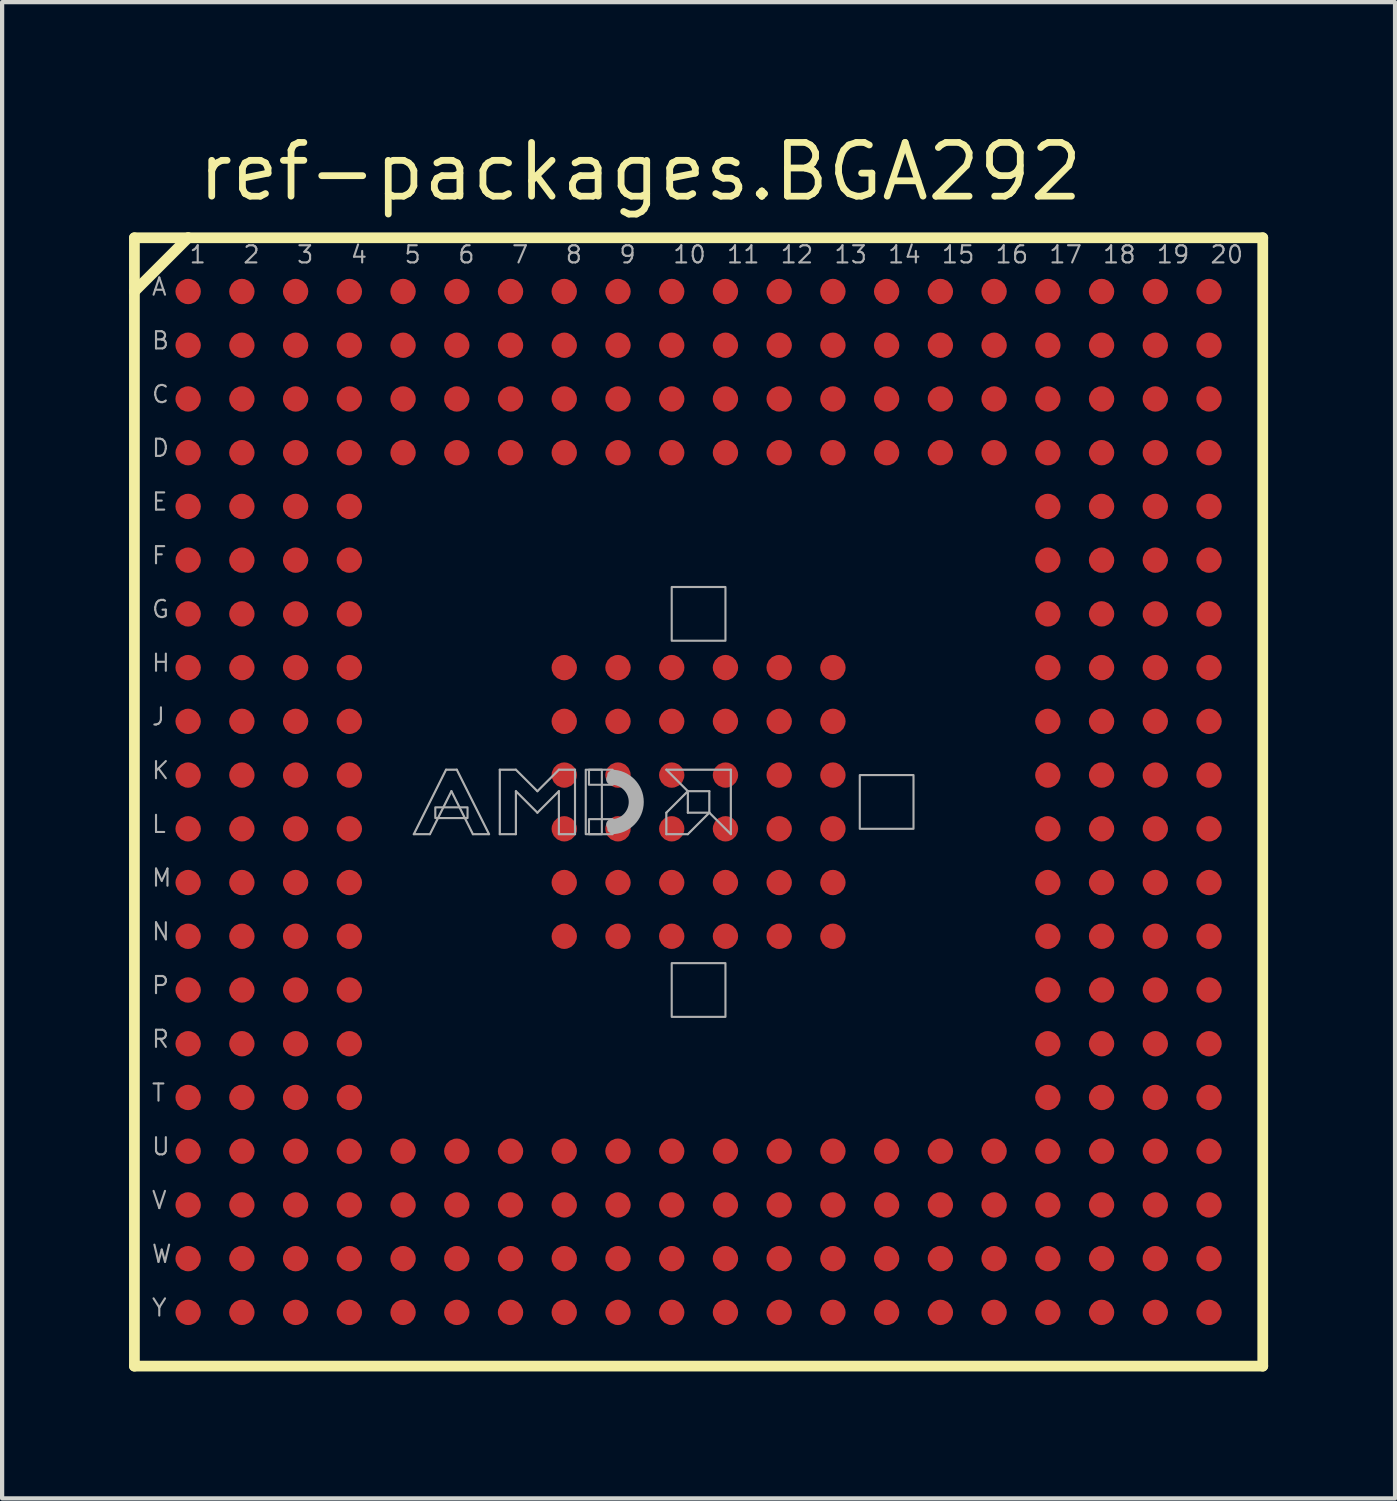
<source format=kicad_pcb>
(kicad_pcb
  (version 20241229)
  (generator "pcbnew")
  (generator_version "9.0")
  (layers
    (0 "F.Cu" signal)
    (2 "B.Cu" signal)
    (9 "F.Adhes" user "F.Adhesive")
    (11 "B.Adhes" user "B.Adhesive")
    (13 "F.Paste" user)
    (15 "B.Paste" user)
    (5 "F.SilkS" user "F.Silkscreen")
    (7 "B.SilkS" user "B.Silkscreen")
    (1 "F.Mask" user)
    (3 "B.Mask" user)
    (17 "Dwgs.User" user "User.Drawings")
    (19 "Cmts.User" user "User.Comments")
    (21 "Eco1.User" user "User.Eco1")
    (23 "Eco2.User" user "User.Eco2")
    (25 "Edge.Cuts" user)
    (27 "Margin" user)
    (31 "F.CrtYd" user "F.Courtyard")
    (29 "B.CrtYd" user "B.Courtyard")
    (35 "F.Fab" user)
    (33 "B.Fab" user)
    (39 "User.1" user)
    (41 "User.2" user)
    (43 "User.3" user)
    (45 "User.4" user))
  (footprint "ref-packages.BGA292"
    (layer "F.Cu")
    (at 13.462 15.905)
    (property "Reference" "ref-packages.BGA292" (at -11.915 -14.155 0) (layer "F.SilkS") (effects (font (size 1.27 1.27) (thickness 0.16)) (justify left bottom)))
    (attr smd)
    (fp_line (start -13.335 -13.335) (end -12.065 -13.335) (stroke (width 0.254) (type default)) (layer "F.SilkS"))
    (fp_line (start -13.335 -12.065) (end -13.335 -13.335) (stroke (width 0.254) (type default)) (layer "F.SilkS"))
    (fp_line (start -13.335 13.335) (end -13.335 -12.065) (stroke (width 0.254) (type default)) (layer "F.SilkS"))
    (fp_line (start -12.065 -13.335) (end -13.335 -12.065) (stroke (width 0.254) (type default)) (layer "F.SilkS"))
    (fp_line (start -12.065 -13.335) (end 13.335 -13.335) (stroke (width 0.254) (type default)) (layer "F.SilkS"))
    (fp_line (start 13.335 -13.335) (end 13.335 13.335) (stroke (width 0.254) (type default)) (layer "F.SilkS"))
    (fp_line (start 13.335 13.335) (end -13.335 13.335) (stroke (width 0.254) (type default)) (layer "F.SilkS"))
    (fp_line (start -6.731 0.762) (end -5.969 -0.762) (stroke (width 0.051) (type default)) (layer "F.Fab"))
    (fp_line (start -6.35 0.762) (end -6.731 0.762) (stroke (width 0.051) (type default)) (layer "F.Fab"))
    (fp_line (start -5.969 -0.762) (end -5.715 -0.762) (stroke (width 0.051) (type default)) (layer "F.Fab"))
    (fp_line (start -5.842 -0.254) (end -6.35 0.762) (stroke (width 0.051) (type default)) (layer "F.Fab"))
    (fp_line (start -5.715 -0.762) (end -4.953 0.762) (stroke (width 0.051) (type default)) (layer "F.Fab"))
    (fp_line (start -5.334 0.762) (end -5.842 -0.254) (stroke (width 0.051) (type default)) (layer "F.Fab"))
    (fp_line (start -4.953 0.762) (end -5.334 0.762) (stroke (width 0.051) (type default)) (layer "F.Fab"))
    (fp_line (start -4.699 -0.762) (end -4.318 -0.762) (stroke (width 0.051) (type default)) (layer "F.Fab"))
    (fp_line (start -4.699 0.762) (end -4.699 -0.762) (stroke (width 0.051) (type default)) (layer "F.Fab"))
    (fp_line (start -4.318 -0.762) (end -3.81 -0.254) (stroke (width 0.051) (type default)) (layer "F.Fab"))
    (fp_line (start -4.318 -0.254) (end -4.318 0.762) (stroke (width 0.051) (type default)) (layer "F.Fab"))
    (fp_line (start -4.318 0.762) (end -4.699 0.762) (stroke (width 0.051) (type default)) (layer "F.Fab"))
    (fp_line (start -3.81 -0.254) (end -3.302 -0.762) (stroke (width 0.051) (type default)) (layer "F.Fab"))
    (fp_line (start -3.81 0.254) (end -4.318 -0.254) (stroke (width 0.051) (type default)) (layer "F.Fab"))
    (fp_line (start -3.302 -0.762) (end -2.921 -0.762) (stroke (width 0.051) (type default)) (layer "F.Fab"))
    (fp_line (start -3.302 -0.254) (end -3.81 0.254) (stroke (width 0.051) (type default)) (layer "F.Fab"))
    (fp_line (start -3.302 0.762) (end -3.302 -0.254) (stroke (width 0.051) (type default)) (layer "F.Fab"))
    (fp_line (start -2.921 -0.762) (end -2.921 0.762) (stroke (width 0.051) (type default)) (layer "F.Fab"))
    (fp_line (start -2.921 0.762) (end -3.302 0.762) (stroke (width 0.051) (type default)) (layer "F.Fab"))
    (fp_line (start -0.762 -0.762) (end 0.762 -0.762) (stroke (width 0.051) (type default)) (layer "F.Fab"))
    (fp_line (start -0.762 0.254) (end -0.762 0.762) (stroke (width 0.051) (type default)) (layer "F.Fab"))
    (fp_line (start -0.762 0.762) (end -0.254 0.762) (stroke (width 0.051) (type default)) (layer "F.Fab"))
    (fp_line (start -0.254 -0.254) (end -0.762 -0.762) (stroke (width 0.051) (type default)) (layer "F.Fab"))
    (fp_line (start -0.254 -0.254) (end -0.762 0.254) (stroke (width 0.051) (type default)) (layer "F.Fab"))
    (fp_line (start -0.254 0.254) (end -0.254 -0.254) (stroke (width 0.051) (type default)) (layer "F.Fab"))
    (fp_line (start -0.254 0.762) (end 0.254 0.254) (stroke (width 0.051) (type default)) (layer "F.Fab"))
    (fp_line (start 0.254 -0.254) (end -0.254 -0.254) (stroke (width 0.051) (type default)) (layer "F.Fab"))
    (fp_line (start 0.254 0.254) (end -0.254 0.254) (stroke (width 0.051) (type default)) (layer "F.Fab"))
    (fp_line (start 0.254 0.254) (end 0.254 -0.254) (stroke (width 0.051) (type default)) (layer "F.Fab"))
    (fp_line (start 0.762 -0.762) (end 0.762 0.762) (stroke (width 0.051) (type default)) (layer "F.Fab"))
    (fp_line (start 0.762 0.762) (end 0.254 0.254) (stroke (width 0.051) (type default)) (layer "F.Fab"))
    (fp_rect (start -6.223 0.381) (end -5.461 0.127) (stroke (width 0.05) (type default)) (fill no) (layer "F.Fab"))
    (fp_rect (start -2.667 0.762) (end -2.286 -0.762) (stroke (width 0.05) (type default)) (fill no) (layer "F.Fab"))
    (fp_rect (start -2.591 -0.406) (end -2.032 -0.762) (stroke (width 0.05) (type default)) (fill no) (layer "F.Fab"))
    (fp_rect (start -2.591 0.762) (end -2.032 0.406) (stroke (width 0.05) (type default)) (fill no) (layer "F.Fab"))
    (fp_rect (start -0.635 -3.81) (end 0.635 -5.08) (stroke (width 0.05) (type default)) (fill no) (layer "F.Fab"))
    (fp_rect (start -0.635 5.08) (end 0.635 3.81) (stroke (width 0.05) (type default)) (fill no) (layer "F.Fab"))
    (fp_rect (start 3.81 0.635) (end 5.08 -0.635) (stroke (width 0.05) (type default)) (fill no) (layer "F.Fab"))
    (fp_arc (start -2.0574 -0.7366) (mid -1.3208 0) (end -2.0574 0.7366) (stroke (width 0.0508) (type default)) (layer "F.Fab"))
    (fp_arc (start -2.0574 -0.635) (mid -1.4224 0) (end -2.0574 0.635) (stroke (width 0.2032) (type default)) (layer "F.Fab"))
    (fp_arc (start -2.0574 -0.5334) (mid -1.524 0) (end -2.0574 0.5334) (stroke (width 0.254) (type default)) (layer "F.Fab"))
    (fp_poly (pts (xy -0.762 -0.762) (xy 0.762 -0.762) (xy 0.762 0.762) (xy 0.254 0.254) (xy 0.254 -0.254) (xy -0.254 -0.254)) (stroke (width 0.025) (type default)) (fill no) (layer "F.Fab"))
    (fp_poly (pts (xy -0.254 -0.254) (xy -0.762 0.254) (xy -0.762 0.762) (xy -0.254 0.762) (xy 0.254 0.254) (xy -0.254 0.254)) (stroke (width 0.025) (type default)) (fill no) (layer "F.Fab"))
    (fp_poly (pts (xy -6.731 0.762) (xy -5.969 -0.762) (xy -5.715 -0.762) (xy -4.953 0.762) (xy -5.334 0.762) (xy -5.842 -0.254) (xy -6.35 0.762)) (stroke (width 0.025) (type default)) (fill no) (layer "F.Fab"))
    (fp_poly (pts (xy -4.699 0.762) (xy -4.699 -0.762) (xy -4.318 -0.762) (xy -3.81 -0.254) (xy -3.302 -0.762) (xy -2.921 -0.762) (xy -2.921 0.762) (xy -3.302 0.762) (xy -3.302 -0.254) (xy -3.81 0.254) (xy -4.318 -0.254) (xy -4.318 0.762)) (stroke (width 0.025) (type default)) (fill no) (layer "F.Fab"))
    (fp_text user "W" (at -12.954 10.922 0) (layer "F.Fab") (effects (font (size 0.406 0.406) (thickness 0.05)) (justify left bottom)))
    (fp_text user "M" (at -12.954 2.032 0) (layer "F.Fab") (effects (font (size 0.406 0.406) (thickness 0.05)) (justify left bottom)))
    (fp_text user "1" (at -12.065 -12.7 0) (layer "F.Fab") (effects (font (size 0.406 0.406) (thickness 0.05)) (justify left bottom)))
    (fp_text user "12" (at 1.905 -12.7 0) (layer "F.Fab") (effects (font (size 0.406 0.406) (thickness 0.05)) (justify left bottom)))
    (fp_text user "15" (at 5.715 -12.7 0) (layer "F.Fab") (effects (font (size 0.406 0.406) (thickness 0.05)) (justify left bottom)))
    (fp_text user "14" (at 4.445 -12.7 0) (layer "F.Fab") (effects (font (size 0.406 0.406) (thickness 0.05)) (justify left bottom)))
    (fp_text user "2" (at -10.795 -12.7 0) (layer "F.Fab") (effects (font (size 0.406 0.406) (thickness 0.05)) (justify left bottom)))
    (fp_text user "T" (at -12.954 7.112 0) (layer "F.Fab") (effects (font (size 0.406 0.406) (thickness 0.05)) (justify left bottom)))
    (fp_text user "N" (at -12.954 3.302 0) (layer "F.Fab") (effects (font (size 0.406 0.406) (thickness 0.05)) (justify left bottom)))
    (fp_text user "J" (at -12.954 -1.778 0) (layer "F.Fab") (effects (font (size 0.406 0.406) (thickness 0.05)) (justify left bottom)))
    (fp_text user "P" (at -12.954 4.572 0) (layer "F.Fab") (effects (font (size 0.406 0.406) (thickness 0.05)) (justify left bottom)))
    (fp_text user "L" (at -12.954 0.762 0) (layer "F.Fab") (effects (font (size 0.406 0.406) (thickness 0.05)) (justify left bottom)))
    (fp_text user "H" (at -12.954 -3.048 0) (layer "F.Fab") (effects (font (size 0.406 0.406) (thickness 0.05)) (justify left bottom)))
    (fp_text user "17" (at 8.255 -12.7 0) (layer "F.Fab") (effects (font (size 0.406 0.406) (thickness 0.05)) (justify left bottom)))
    (fp_text user "20" (at 12.065 -12.7 0) (layer "F.Fab") (effects (font (size 0.406 0.406) (thickness 0.05)) (justify left bottom)))
    (fp_text user "C" (at -12.954 -9.398 0) (layer "F.Fab") (effects (font (size 0.406 0.406) (thickness 0.05)) (justify left bottom)))
    (fp_text user "19" (at 10.795 -12.7 0) (layer "F.Fab") (effects (font (size 0.406 0.406) (thickness 0.05)) (justify left bottom)))
    (fp_text user "4" (at -8.255 -12.7 0) (layer "F.Fab") (effects (font (size 0.406 0.406) (thickness 0.05)) (justify left bottom)))
    (fp_text user "K" (at -12.954 -0.508 0) (layer "F.Fab") (effects (font (size 0.406 0.406) (thickness 0.05)) (justify left bottom)))
    (fp_text user "V" (at -12.954 9.652 0) (layer "F.Fab") (effects (font (size 0.406 0.406) (thickness 0.05)) (justify left bottom)))
    (fp_text user "E" (at -12.954 -6.858 0) (layer "F.Fab") (effects (font (size 0.406 0.406) (thickness 0.05)) (justify left bottom)))
    (fp_text user "B" (at -12.954 -10.668 0) (layer "F.Fab") (effects (font (size 0.406 0.406) (thickness 0.05)) (justify left bottom)))
    (fp_text user "Y" (at -12.954 12.192 0) (layer "F.Fab") (effects (font (size 0.406 0.406) (thickness 0.05)) (justify left bottom)))
    (fp_text user "9" (at -1.905 -12.7 0) (layer "F.Fab") (effects (font (size 0.406 0.406) (thickness 0.05)) (justify left bottom)))
    (fp_text user "G" (at -12.954 -4.318 0) (layer "F.Fab") (effects (font (size 0.406 0.406) (thickness 0.05)) (justify left bottom)))
    (fp_text user "18" (at 9.525 -12.7 0) (layer "F.Fab") (effects (font (size 0.406 0.406) (thickness 0.05)) (justify left bottom)))
    (fp_text user "6" (at -5.715 -12.7 0) (layer "F.Fab") (effects (font (size 0.406 0.406) (thickness 0.05)) (justify left bottom)))
    (fp_text user "5" (at -6.985 -12.7 0) (layer "F.Fab") (effects (font (size 0.406 0.406) (thickness 0.05)) (justify left bottom)))
    (fp_text user "10" (at -0.635 -12.7 0) (layer "F.Fab") (effects (font (size 0.406 0.406) (thickness 0.05)) (justify left bottom)))
    (fp_text user "16" (at 6.985 -12.7 0) (layer "F.Fab") (effects (font (size 0.406 0.406) (thickness 0.05)) (justify left bottom)))
    (fp_text user "D" (at -12.954 -8.128 0) (layer "F.Fab") (effects (font (size 0.406 0.406) (thickness 0.05)) (justify left bottom)))
    (fp_text user "R" (at -12.954 5.842 0) (layer "F.Fab") (effects (font (size 0.406 0.406) (thickness 0.05)) (justify left bottom)))
    (fp_text user "F" (at -12.954 -5.588 0) (layer "F.Fab") (effects (font (size 0.406 0.406) (thickness 0.05)) (justify left bottom)))
    (fp_text user "11" (at 0.635 -12.7 0) (layer "F.Fab") (effects (font (size 0.406 0.406) (thickness 0.05)) (justify left bottom)))
    (fp_text user "A" (at -12.954 -11.938 0) (layer "F.Fab") (effects (font (size 0.406 0.406) (thickness 0.05)) (justify left bottom)))
    (fp_text user "U" (at -12.954 8.382 0) (layer "F.Fab") (effects (font (size 0.406 0.406) (thickness 0.05)) (justify left bottom)))
    (fp_text user "13" (at 3.175 -12.7 0) (layer "F.Fab") (effects (font (size 0.406 0.406) (thickness 0.05)) (justify left bottom)))
    (fp_text user "3" (at -9.525 -12.7 0) (layer "F.Fab") (effects (font (size 0.406 0.406) (thickness 0.05)) (justify left bottom)))
    (fp_text user "7" (at -4.445 -12.7 0) (layer "F.Fab") (effects (font (size 0.406 0.406) (thickness 0.05)) (justify left bottom)))
    (fp_text user "8" (at -3.175 -12.7 0) (layer "F.Fab") (effects (font (size 0.406 0.406) (thickness 0.05)) (justify left bottom)))
    (pad "A01" smd roundrect (at -12.065 -12.065) (size 0.6 0.6) (layers "F.Cu" "F.Mask" "F.Paste") (roundrect_rratio 0.5))
    (pad "A02" smd roundrect (at -10.795 -12.065) (size 0.6 0.6) (layers "F.Cu" "F.Mask" "F.Paste") (roundrect_rratio 0.5))
    (pad "A03" smd roundrect (at -9.525 -12.065) (size 0.6 0.6) (layers "F.Cu" "F.Mask" "F.Paste") (roundrect_rratio 0.5))
    (pad "A04" smd roundrect (at -8.255 -12.065) (size 0.6 0.6) (layers "F.Cu" "F.Mask" "F.Paste") (roundrect_rratio 0.5))
    (pad "A05" smd roundrect (at -6.985 -12.065) (size 0.6 0.6) (layers "F.Cu" "F.Mask" "F.Paste") (roundrect_rratio 0.5))
    (pad "A06" smd roundrect (at -5.715 -12.065) (size 0.6 0.6) (layers "F.Cu" "F.Mask" "F.Paste") (roundrect_rratio 0.5))
    (pad "A07" smd roundrect (at -4.445 -12.065) (size 0.6 0.6) (layers "F.Cu" "F.Mask" "F.Paste") (roundrect_rratio 0.5))
    (pad "A08" smd roundrect (at -3.175 -12.065) (size 0.6 0.6) (layers "F.Cu" "F.Mask" "F.Paste") (roundrect_rratio 0.5))
    (pad "A09" smd roundrect (at -1.905 -12.065) (size 0.6 0.6) (layers "F.Cu" "F.Mask" "F.Paste") (roundrect_rratio 0.5))
    (pad "A10" smd roundrect (at -0.635 -12.065) (size 0.6 0.6) (layers "F.Cu" "F.Mask" "F.Paste") (roundrect_rratio 0.5))
    (pad "A11" smd roundrect (at 0.635 -12.065) (size 0.6 0.6) (layers "F.Cu" "F.Mask" "F.Paste") (roundrect_rratio 0.5))
    (pad "A12" smd roundrect (at 1.905 -12.065) (size 0.6 0.6) (layers "F.Cu" "F.Mask" "F.Paste") (roundrect_rratio 0.5))
    (pad "A13" smd roundrect (at 3.175 -12.065) (size 0.6 0.6) (layers "F.Cu" "F.Mask" "F.Paste") (roundrect_rratio 0.5))
    (pad "A14" smd roundrect (at 4.445 -12.065) (size 0.6 0.6) (layers "F.Cu" "F.Mask" "F.Paste") (roundrect_rratio 0.5))
    (pad "A15" smd roundrect (at 5.715 -12.065) (size 0.6 0.6) (layers "F.Cu" "F.Mask" "F.Paste") (roundrect_rratio 0.5))
    (pad "A16" smd roundrect (at 6.985 -12.065) (size 0.6 0.6) (layers "F.Cu" "F.Mask" "F.Paste") (roundrect_rratio 0.5))
    (pad "A17" smd roundrect (at 8.255 -12.065) (size 0.6 0.6) (layers "F.Cu" "F.Mask" "F.Paste") (roundrect_rratio 0.5))
    (pad "A18" smd roundrect (at 9.525 -12.065) (size 0.6 0.6) (layers "F.Cu" "F.Mask" "F.Paste") (roundrect_rratio 0.5))
    (pad "A19" smd roundrect (at 10.795 -12.065) (size 0.6 0.6) (layers "F.Cu" "F.Mask" "F.Paste") (roundrect_rratio 0.5))
    (pad "A20" smd roundrect (at 12.065 -12.065) (size 0.6 0.6) (layers "F.Cu" "F.Mask" "F.Paste") (roundrect_rratio 0.5))
    (pad "B01" smd roundrect (at -12.065 -10.795) (size 0.6 0.6) (layers "F.Cu" "F.Mask" "F.Paste") (roundrect_rratio 0.5))
    (pad "B02" smd roundrect (at -10.795 -10.795) (size 0.6 0.6) (layers "F.Cu" "F.Mask" "F.Paste") (roundrect_rratio 0.5))
    (pad "B03" smd roundrect (at -9.525 -10.795) (size 0.6 0.6) (layers "F.Cu" "F.Mask" "F.Paste") (roundrect_rratio 0.5))
    (pad "B04" smd roundrect (at -8.255 -10.795) (size 0.6 0.6) (layers "F.Cu" "F.Mask" "F.Paste") (roundrect_rratio 0.5))
    (pad "B05" smd roundrect (at -6.985 -10.795) (size 0.6 0.6) (layers "F.Cu" "F.Mask" "F.Paste") (roundrect_rratio 0.5))
    (pad "B06" smd roundrect (at -5.715 -10.795) (size 0.6 0.6) (layers "F.Cu" "F.Mask" "F.Paste") (roundrect_rratio 0.5))
    (pad "B07" smd roundrect (at -4.445 -10.795) (size 0.6 0.6) (layers "F.Cu" "F.Mask" "F.Paste") (roundrect_rratio 0.5))
    (pad "B08" smd roundrect (at -3.175 -10.795) (size 0.6 0.6) (layers "F.Cu" "F.Mask" "F.Paste") (roundrect_rratio 0.5))
    (pad "B09" smd roundrect (at -1.905 -10.795) (size 0.6 0.6) (layers "F.Cu" "F.Mask" "F.Paste") (roundrect_rratio 0.5))
    (pad "B10" smd roundrect (at -0.635 -10.795) (size 0.6 0.6) (layers "F.Cu" "F.Mask" "F.Paste") (roundrect_rratio 0.5))
    (pad "B11" smd roundrect (at 0.635 -10.795) (size 0.6 0.6) (layers "F.Cu" "F.Mask" "F.Paste") (roundrect_rratio 0.5))
    (pad "B12" smd roundrect (at 1.905 -10.795) (size 0.6 0.6) (layers "F.Cu" "F.Mask" "F.Paste") (roundrect_rratio 0.5))
    (pad "B13" smd roundrect (at 3.175 -10.795) (size 0.6 0.6) (layers "F.Cu" "F.Mask" "F.Paste") (roundrect_rratio 0.5))
    (pad "B14" smd roundrect (at 4.445 -10.795) (size 0.6 0.6) (layers "F.Cu" "F.Mask" "F.Paste") (roundrect_rratio 0.5))
    (pad "B15" smd roundrect (at 5.715 -10.795) (size 0.6 0.6) (layers "F.Cu" "F.Mask" "F.Paste") (roundrect_rratio 0.5))
    (pad "B16" smd roundrect (at 6.985 -10.795) (size 0.6 0.6) (layers "F.Cu" "F.Mask" "F.Paste") (roundrect_rratio 0.5))
    (pad "B17" smd roundrect (at 8.255 -10.795) (size 0.6 0.6) (layers "F.Cu" "F.Mask" "F.Paste") (roundrect_rratio 0.5))
    (pad "B18" smd roundrect (at 9.525 -10.795) (size 0.6 0.6) (layers "F.Cu" "F.Mask" "F.Paste") (roundrect_rratio 0.5))
    (pad "B19" smd roundrect (at 10.795 -10.795) (size 0.6 0.6) (layers "F.Cu" "F.Mask" "F.Paste") (roundrect_rratio 0.5))
    (pad "B20" smd roundrect (at 12.065 -10.795) (size 0.6 0.6) (layers "F.Cu" "F.Mask" "F.Paste") (roundrect_rratio 0.5))
    (pad "C01" smd roundrect (at -12.065 -9.525) (size 0.6 0.6) (layers "F.Cu" "F.Mask" "F.Paste") (roundrect_rratio 0.5))
    (pad "C02" smd roundrect (at -10.795 -9.525) (size 0.6 0.6) (layers "F.Cu" "F.Mask" "F.Paste") (roundrect_rratio 0.5))
    (pad "C03" smd roundrect (at -9.525 -9.525) (size 0.6 0.6) (layers "F.Cu" "F.Mask" "F.Paste") (roundrect_rratio 0.5))
    (pad "C04" smd roundrect (at -8.255 -9.525) (size 0.6 0.6) (layers "F.Cu" "F.Mask" "F.Paste") (roundrect_rratio 0.5))
    (pad "C05" smd roundrect (at -6.985 -9.525) (size 0.6 0.6) (layers "F.Cu" "F.Mask" "F.Paste") (roundrect_rratio 0.5))
    (pad "C06" smd roundrect (at -5.715 -9.525) (size 0.6 0.6) (layers "F.Cu" "F.Mask" "F.Paste") (roundrect_rratio 0.5))
    (pad "C07" smd roundrect (at -4.445 -9.525) (size 0.6 0.6) (layers "F.Cu" "F.Mask" "F.Paste") (roundrect_rratio 0.5))
    (pad "C08" smd roundrect (at -3.175 -9.525) (size 0.6 0.6) (layers "F.Cu" "F.Mask" "F.Paste") (roundrect_rratio 0.5))
    (pad "C09" smd roundrect (at -1.905 -9.525) (size 0.6 0.6) (layers "F.Cu" "F.Mask" "F.Paste") (roundrect_rratio 0.5))
    (pad "C10" smd roundrect (at -0.635 -9.525) (size 0.6 0.6) (layers "F.Cu" "F.Mask" "F.Paste") (roundrect_rratio 0.5))
    (pad "C11" smd roundrect (at 0.635 -9.525) (size 0.6 0.6) (layers "F.Cu" "F.Mask" "F.Paste") (roundrect_rratio 0.5))
    (pad "C12" smd roundrect (at 1.905 -9.525) (size 0.6 0.6) (layers "F.Cu" "F.Mask" "F.Paste") (roundrect_rratio 0.5))
    (pad "C13" smd roundrect (at 3.175 -9.525) (size 0.6 0.6) (layers "F.Cu" "F.Mask" "F.Paste") (roundrect_rratio 0.5))
    (pad "C14" smd roundrect (at 4.445 -9.525) (size 0.6 0.6) (layers "F.Cu" "F.Mask" "F.Paste") (roundrect_rratio 0.5))
    (pad "C15" smd roundrect (at 5.715 -9.525) (size 0.6 0.6) (layers "F.Cu" "F.Mask" "F.Paste") (roundrect_rratio 0.5))
    (pad "C16" smd roundrect (at 6.985 -9.525) (size 0.6 0.6) (layers "F.Cu" "F.Mask" "F.Paste") (roundrect_rratio 0.5))
    (pad "C17" smd roundrect (at 8.255 -9.525) (size 0.6 0.6) (layers "F.Cu" "F.Mask" "F.Paste") (roundrect_rratio 0.5))
    (pad "C18" smd roundrect (at 9.525 -9.525) (size 0.6 0.6) (layers "F.Cu" "F.Mask" "F.Paste") (roundrect_rratio 0.5))
    (pad "C19" smd roundrect (at 10.795 -9.525) (size 0.6 0.6) (layers "F.Cu" "F.Mask" "F.Paste") (roundrect_rratio 0.5))
    (pad "C20" smd roundrect (at 12.065 -9.525) (size 0.6 0.6) (layers "F.Cu" "F.Mask" "F.Paste") (roundrect_rratio 0.5))
    (pad "D01" smd roundrect (at -12.065 -8.255) (size 0.6 0.6) (layers "F.Cu" "F.Mask" "F.Paste") (roundrect_rratio 0.5))
    (pad "D02" smd roundrect (at -10.795 -8.255) (size 0.6 0.6) (layers "F.Cu" "F.Mask" "F.Paste") (roundrect_rratio 0.5))
    (pad "D03" smd roundrect (at -9.525 -8.255) (size 0.6 0.6) (layers "F.Cu" "F.Mask" "F.Paste") (roundrect_rratio 0.5))
    (pad "D04" smd roundrect (at -8.255 -8.255) (size 0.6 0.6) (layers "F.Cu" "F.Mask" "F.Paste") (roundrect_rratio 0.5))
    (pad "D05" smd roundrect (at -6.985 -8.255) (size 0.6 0.6) (layers "F.Cu" "F.Mask" "F.Paste") (roundrect_rratio 0.5))
    (pad "D06" smd roundrect (at -5.715 -8.255) (size 0.6 0.6) (layers "F.Cu" "F.Mask" "F.Paste") (roundrect_rratio 0.5))
    (pad "D07" smd roundrect (at -4.445 -8.255) (size 0.6 0.6) (layers "F.Cu" "F.Mask" "F.Paste") (roundrect_rratio 0.5))
    (pad "D08" smd roundrect (at -3.175 -8.255) (size 0.6 0.6) (layers "F.Cu" "F.Mask" "F.Paste") (roundrect_rratio 0.5))
    (pad "D09" smd roundrect (at -1.905 -8.255) (size 0.6 0.6) (layers "F.Cu" "F.Mask" "F.Paste") (roundrect_rratio 0.5))
    (pad "D10" smd roundrect (at -0.635 -8.255) (size 0.6 0.6) (layers "F.Cu" "F.Mask" "F.Paste") (roundrect_rratio 0.5))
    (pad "D11" smd roundrect (at 0.635 -8.255) (size 0.6 0.6) (layers "F.Cu" "F.Mask" "F.Paste") (roundrect_rratio 0.5))
    (pad "D12" smd roundrect (at 1.905 -8.255) (size 0.6 0.6) (layers "F.Cu" "F.Mask" "F.Paste") (roundrect_rratio 0.5))
    (pad "D13" smd roundrect (at 3.175 -8.255) (size 0.6 0.6) (layers "F.Cu" "F.Mask" "F.Paste") (roundrect_rratio 0.5))
    (pad "D14" smd roundrect (at 4.445 -8.255) (size 0.6 0.6) (layers "F.Cu" "F.Mask" "F.Paste") (roundrect_rratio 0.5))
    (pad "D15" smd roundrect (at 5.715 -8.255) (size 0.6 0.6) (layers "F.Cu" "F.Mask" "F.Paste") (roundrect_rratio 0.5))
    (pad "D16" smd roundrect (at 6.985 -8.255) (size 0.6 0.6) (layers "F.Cu" "F.Mask" "F.Paste") (roundrect_rratio 0.5))
    (pad "D17" smd roundrect (at 8.255 -8.255) (size 0.6 0.6) (layers "F.Cu" "F.Mask" "F.Paste") (roundrect_rratio 0.5))
    (pad "D18" smd roundrect (at 9.525 -8.255) (size 0.6 0.6) (layers "F.Cu" "F.Mask" "F.Paste") (roundrect_rratio 0.5))
    (pad "D19" smd roundrect (at 10.795 -8.255) (size 0.6 0.6) (layers "F.Cu" "F.Mask" "F.Paste") (roundrect_rratio 0.5))
    (pad "D20" smd roundrect (at 12.065 -8.255) (size 0.6 0.6) (layers "F.Cu" "F.Mask" "F.Paste") (roundrect_rratio 0.5))
    (pad "E01" smd roundrect (at -12.065 -6.985) (size 0.6 0.6) (layers "F.Cu" "F.Mask" "F.Paste") (roundrect_rratio 0.5))
    (pad "E02" smd roundrect (at -10.795 -6.985) (size 0.6 0.6) (layers "F.Cu" "F.Mask" "F.Paste") (roundrect_rratio 0.5))
    (pad "E03" smd roundrect (at -9.525 -6.985) (size 0.6 0.6) (layers "F.Cu" "F.Mask" "F.Paste") (roundrect_rratio 0.5))
    (pad "E04" smd roundrect (at -8.255 -6.985) (size 0.6 0.6) (layers "F.Cu" "F.Mask" "F.Paste") (roundrect_rratio 0.5))
    (pad "E17" smd roundrect (at 8.255 -6.985) (size 0.6 0.6) (layers "F.Cu" "F.Mask" "F.Paste") (roundrect_rratio 0.5))
    (pad "E18" smd roundrect (at 9.525 -6.985) (size 0.6 0.6) (layers "F.Cu" "F.Mask" "F.Paste") (roundrect_rratio 0.5))
    (pad "E19" smd roundrect (at 10.795 -6.985) (size 0.6 0.6) (layers "F.Cu" "F.Mask" "F.Paste") (roundrect_rratio 0.5))
    (pad "E20" smd roundrect (at 12.065 -6.985) (size 0.6 0.6) (layers "F.Cu" "F.Mask" "F.Paste") (roundrect_rratio 0.5))
    (pad "F01" smd roundrect (at -12.065 -5.715) (size 0.6 0.6) (layers "F.Cu" "F.Mask" "F.Paste") (roundrect_rratio 0.5))
    (pad "F02" smd roundrect (at -10.795 -5.715) (size 0.6 0.6) (layers "F.Cu" "F.Mask" "F.Paste") (roundrect_rratio 0.5))
    (pad "F03" smd roundrect (at -9.525 -5.715) (size 0.6 0.6) (layers "F.Cu" "F.Mask" "F.Paste") (roundrect_rratio 0.5))
    (pad "F04" smd roundrect (at -8.255 -5.715) (size 0.6 0.6) (layers "F.Cu" "F.Mask" "F.Paste") (roundrect_rratio 0.5))
    (pad "F17" smd roundrect (at 8.255 -5.715) (size 0.6 0.6) (layers "F.Cu" "F.Mask" "F.Paste") (roundrect_rratio 0.5))
    (pad "F18" smd roundrect (at 9.525 -5.715) (size 0.6 0.6) (layers "F.Cu" "F.Mask" "F.Paste") (roundrect_rratio 0.5))
    (pad "F19" smd roundrect (at 10.795 -5.715) (size 0.6 0.6) (layers "F.Cu" "F.Mask" "F.Paste") (roundrect_rratio 0.5))
    (pad "F20" smd roundrect (at 12.065 -5.715) (size 0.6 0.6) (layers "F.Cu" "F.Mask" "F.Paste") (roundrect_rratio 0.5))
    (pad "G01" smd roundrect (at -12.065 -4.445) (size 0.6 0.6) (layers "F.Cu" "F.Mask" "F.Paste") (roundrect_rratio 0.5))
    (pad "G02" smd roundrect (at -10.795 -4.445) (size 0.6 0.6) (layers "F.Cu" "F.Mask" "F.Paste") (roundrect_rratio 0.5))
    (pad "G03" smd roundrect (at -9.525 -4.445) (size 0.6 0.6) (layers "F.Cu" "F.Mask" "F.Paste") (roundrect_rratio 0.5))
    (pad "G04" smd roundrect (at -8.255 -4.445) (size 0.6 0.6) (layers "F.Cu" "F.Mask" "F.Paste") (roundrect_rratio 0.5))
    (pad "G17" smd roundrect (at 8.255 -4.445) (size 0.6 0.6) (layers "F.Cu" "F.Mask" "F.Paste") (roundrect_rratio 0.5))
    (pad "G18" smd roundrect (at 9.525 -4.445) (size 0.6 0.6) (layers "F.Cu" "F.Mask" "F.Paste") (roundrect_rratio 0.5))
    (pad "G19" smd roundrect (at 10.795 -4.445) (size 0.6 0.6) (layers "F.Cu" "F.Mask" "F.Paste") (roundrect_rratio 0.5))
    (pad "G20" smd roundrect (at 12.065 -4.445) (size 0.6 0.6) (layers "F.Cu" "F.Mask" "F.Paste") (roundrect_rratio 0.5))
    (pad "H01" smd roundrect (at -12.065 -3.175) (size 0.6 0.6) (layers "F.Cu" "F.Mask" "F.Paste") (roundrect_rratio 0.5))
    (pad "H02" smd roundrect (at -10.795 -3.175) (size 0.6 0.6) (layers "F.Cu" "F.Mask" "F.Paste") (roundrect_rratio 0.5))
    (pad "H03" smd roundrect (at -9.525 -3.175) (size 0.6 0.6) (layers "F.Cu" "F.Mask" "F.Paste") (roundrect_rratio 0.5))
    (pad "H04" smd roundrect (at -8.255 -3.175) (size 0.6 0.6) (layers "F.Cu" "F.Mask" "F.Paste") (roundrect_rratio 0.5))
    (pad "H08" smd roundrect (at -3.175 -3.175) (size 0.6 0.6) (layers "F.Cu" "F.Mask" "F.Paste") (roundrect_rratio 0.5))
    (pad "H09" smd roundrect (at -1.905 -3.175) (size 0.6 0.6) (layers "F.Cu" "F.Mask" "F.Paste") (roundrect_rratio 0.5))
    (pad "H10" smd roundrect (at -0.635 -3.175) (size 0.6 0.6) (layers "F.Cu" "F.Mask" "F.Paste") (roundrect_rratio 0.5))
    (pad "H11" smd roundrect (at 0.635 -3.175) (size 0.6 0.6) (layers "F.Cu" "F.Mask" "F.Paste") (roundrect_rratio 0.5))
    (pad "H12" smd roundrect (at 1.905 -3.175) (size 0.6 0.6) (layers "F.Cu" "F.Mask" "F.Paste") (roundrect_rratio 0.5))
    (pad "H13" smd roundrect (at 3.175 -3.175) (size 0.6 0.6) (layers "F.Cu" "F.Mask" "F.Paste") (roundrect_rratio 0.5))
    (pad "H17" smd roundrect (at 8.255 -3.175) (size 0.6 0.6) (layers "F.Cu" "F.Mask" "F.Paste") (roundrect_rratio 0.5))
    (pad "H18" smd roundrect (at 9.525 -3.175) (size 0.6 0.6) (layers "F.Cu" "F.Mask" "F.Paste") (roundrect_rratio 0.5))
    (pad "H19" smd roundrect (at 10.795 -3.175) (size 0.6 0.6) (layers "F.Cu" "F.Mask" "F.Paste") (roundrect_rratio 0.5))
    (pad "H20" smd roundrect (at 12.065 -3.175) (size 0.6 0.6) (layers "F.Cu" "F.Mask" "F.Paste") (roundrect_rratio 0.5))
    (pad "J01" smd roundrect (at -12.065 -1.905) (size 0.6 0.6) (layers "F.Cu" "F.Mask" "F.Paste") (roundrect_rratio 0.5))
    (pad "J02" smd roundrect (at -10.795 -1.905) (size 0.6 0.6) (layers "F.Cu" "F.Mask" "F.Paste") (roundrect_rratio 0.5))
    (pad "J03" smd roundrect (at -9.525 -1.905) (size 0.6 0.6) (layers "F.Cu" "F.Mask" "F.Paste") (roundrect_rratio 0.5))
    (pad "J04" smd roundrect (at -8.255 -1.905) (size 0.6 0.6) (layers "F.Cu" "F.Mask" "F.Paste") (roundrect_rratio 0.5))
    (pad "J08" smd roundrect (at -3.175 -1.905) (size 0.6 0.6) (layers "F.Cu" "F.Mask" "F.Paste") (roundrect_rratio 0.5))
    (pad "J09" smd roundrect (at -1.905 -1.905) (size 0.6 0.6) (layers "F.Cu" "F.Mask" "F.Paste") (roundrect_rratio 0.5))
    (pad "J10" smd roundrect (at -0.635 -1.905) (size 0.6 0.6) (layers "F.Cu" "F.Mask" "F.Paste") (roundrect_rratio 0.5))
    (pad "J11" smd roundrect (at 0.635 -1.905) (size 0.6 0.6) (layers "F.Cu" "F.Mask" "F.Paste") (roundrect_rratio 0.5))
    (pad "J12" smd roundrect (at 1.905 -1.905) (size 0.6 0.6) (layers "F.Cu" "F.Mask" "F.Paste") (roundrect_rratio 0.5))
    (pad "J13" smd roundrect (at 3.175 -1.905) (size 0.6 0.6) (layers "F.Cu" "F.Mask" "F.Paste") (roundrect_rratio 0.5))
    (pad "J17" smd roundrect (at 8.255 -1.905) (size 0.6 0.6) (layers "F.Cu" "F.Mask" "F.Paste") (roundrect_rratio 0.5))
    (pad "J18" smd roundrect (at 9.525 -1.905) (size 0.6 0.6) (layers "F.Cu" "F.Mask" "F.Paste") (roundrect_rratio 0.5))
    (pad "J19" smd roundrect (at 10.795 -1.905) (size 0.6 0.6) (layers "F.Cu" "F.Mask" "F.Paste") (roundrect_rratio 0.5))
    (pad "J20" smd roundrect (at 12.065 -1.905) (size 0.6 0.6) (layers "F.Cu" "F.Mask" "F.Paste") (roundrect_rratio 0.5))
    (pad "K01" smd roundrect (at -12.065 -0.635) (size 0.6 0.6) (layers "F.Cu" "F.Mask" "F.Paste") (roundrect_rratio 0.5))
    (pad "K02" smd roundrect (at -10.795 -0.635) (size 0.6 0.6) (layers "F.Cu" "F.Mask" "F.Paste") (roundrect_rratio 0.5))
    (pad "K03" smd roundrect (at -9.525 -0.635) (size 0.6 0.6) (layers "F.Cu" "F.Mask" "F.Paste") (roundrect_rratio 0.5))
    (pad "K04" smd roundrect (at -8.255 -0.635) (size 0.6 0.6) (layers "F.Cu" "F.Mask" "F.Paste") (roundrect_rratio 0.5))
    (pad "K08" smd roundrect (at -3.175 -0.635) (size 0.6 0.6) (layers "F.Cu" "F.Mask" "F.Paste") (roundrect_rratio 0.5))
    (pad "K09" smd roundrect (at -1.905 -0.635) (size 0.6 0.6) (layers "F.Cu" "F.Mask" "F.Paste") (roundrect_rratio 0.5))
    (pad "K10" smd roundrect (at -0.635 -0.635) (size 0.6 0.6) (layers "F.Cu" "F.Mask" "F.Paste") (roundrect_rratio 0.5))
    (pad "K11" smd roundrect (at 0.635 -0.635) (size 0.6 0.6) (layers "F.Cu" "F.Mask" "F.Paste") (roundrect_rratio 0.5))
    (pad "K12" smd roundrect (at 1.905 -0.635) (size 0.6 0.6) (layers "F.Cu" "F.Mask" "F.Paste") (roundrect_rratio 0.5))
    (pad "K13" smd roundrect (at 3.175 -0.635) (size 0.6 0.6) (layers "F.Cu" "F.Mask" "F.Paste") (roundrect_rratio 0.5))
    (pad "K17" smd roundrect (at 8.255 -0.635) (size 0.6 0.6) (layers "F.Cu" "F.Mask" "F.Paste") (roundrect_rratio 0.5))
    (pad "K18" smd roundrect (at 9.525 -0.635) (size 0.6 0.6) (layers "F.Cu" "F.Mask" "F.Paste") (roundrect_rratio 0.5))
    (pad "K19" smd roundrect (at 10.795 -0.635) (size 0.6 0.6) (layers "F.Cu" "F.Mask" "F.Paste") (roundrect_rratio 0.5))
    (pad "K20" smd roundrect (at 12.065 -0.635) (size 0.6 0.6) (layers "F.Cu" "F.Mask" "F.Paste") (roundrect_rratio 0.5))
    (pad "L01" smd roundrect (at -12.065 0.635) (size 0.6 0.6) (layers "F.Cu" "F.Mask" "F.Paste") (roundrect_rratio 0.5))
    (pad "L02" smd roundrect (at -10.795 0.635) (size 0.6 0.6) (layers "F.Cu" "F.Mask" "F.Paste") (roundrect_rratio 0.5))
    (pad "L03" smd roundrect (at -9.525 0.635) (size 0.6 0.6) (layers "F.Cu" "F.Mask" "F.Paste") (roundrect_rratio 0.5))
    (pad "L04" smd roundrect (at -8.255 0.635) (size 0.6 0.6) (layers "F.Cu" "F.Mask" "F.Paste") (roundrect_rratio 0.5))
    (pad "L08" smd roundrect (at -3.175 0.635) (size 0.6 0.6) (layers "F.Cu" "F.Mask" "F.Paste") (roundrect_rratio 0.5))
    (pad "L09" smd roundrect (at -1.905 0.635) (size 0.6 0.6) (layers "F.Cu" "F.Mask" "F.Paste") (roundrect_rratio 0.5))
    (pad "L10" smd roundrect (at -0.635 0.635) (size 0.6 0.6) (layers "F.Cu" "F.Mask" "F.Paste") (roundrect_rratio 0.5))
    (pad "L11" smd roundrect (at 0.635 0.635) (size 0.6 0.6) (layers "F.Cu" "F.Mask" "F.Paste") (roundrect_rratio 0.5))
    (pad "L12" smd roundrect (at 1.905 0.635) (size 0.6 0.6) (layers "F.Cu" "F.Mask" "F.Paste") (roundrect_rratio 0.5))
    (pad "L13" smd roundrect (at 3.175 0.635) (size 0.6 0.6) (layers "F.Cu" "F.Mask" "F.Paste") (roundrect_rratio 0.5))
    (pad "L17" smd roundrect (at 8.255 0.635) (size 0.6 0.6) (layers "F.Cu" "F.Mask" "F.Paste") (roundrect_rratio 0.5))
    (pad "L18" smd roundrect (at 9.525 0.635) (size 0.6 0.6) (layers "F.Cu" "F.Mask" "F.Paste") (roundrect_rratio 0.5))
    (pad "L19" smd roundrect (at 10.795 0.635) (size 0.6 0.6) (layers "F.Cu" "F.Mask" "F.Paste") (roundrect_rratio 0.5))
    (pad "L20" smd roundrect (at 12.065 0.635) (size 0.6 0.6) (layers "F.Cu" "F.Mask" "F.Paste") (roundrect_rratio 0.5))
    (pad "M01" smd roundrect (at -12.065 1.905) (size 0.6 0.6) (layers "F.Cu" "F.Mask" "F.Paste") (roundrect_rratio 0.5))
    (pad "M02" smd roundrect (at -10.795 1.905) (size 0.6 0.6) (layers "F.Cu" "F.Mask" "F.Paste") (roundrect_rratio 0.5))
    (pad "M03" smd roundrect (at -9.525 1.905) (size 0.6 0.6) (layers "F.Cu" "F.Mask" "F.Paste") (roundrect_rratio 0.5))
    (pad "M04" smd roundrect (at -8.255 1.905) (size 0.6 0.6) (layers "F.Cu" "F.Mask" "F.Paste") (roundrect_rratio 0.5))
    (pad "M08" smd roundrect (at -3.175 1.905) (size 0.6 0.6) (layers "F.Cu" "F.Mask" "F.Paste") (roundrect_rratio 0.5))
    (pad "M09" smd roundrect (at -1.905 1.905) (size 0.6 0.6) (layers "F.Cu" "F.Mask" "F.Paste") (roundrect_rratio 0.5))
    (pad "M10" smd roundrect (at -0.635 1.905) (size 0.6 0.6) (layers "F.Cu" "F.Mask" "F.Paste") (roundrect_rratio 0.5))
    (pad "M11" smd roundrect (at 0.635 1.905) (size 0.6 0.6) (layers "F.Cu" "F.Mask" "F.Paste") (roundrect_rratio 0.5))
    (pad "M12" smd roundrect (at 1.905 1.905) (size 0.6 0.6) (layers "F.Cu" "F.Mask" "F.Paste") (roundrect_rratio 0.5))
    (pad "M13" smd roundrect (at 3.175 1.905) (size 0.6 0.6) (layers "F.Cu" "F.Mask" "F.Paste") (roundrect_rratio 0.5))
    (pad "M17" smd roundrect (at 8.255 1.905) (size 0.6 0.6) (layers "F.Cu" "F.Mask" "F.Paste") (roundrect_rratio 0.5))
    (pad "M18" smd roundrect (at 9.525 1.905) (size 0.6 0.6) (layers "F.Cu" "F.Mask" "F.Paste") (roundrect_rratio 0.5))
    (pad "M19" smd roundrect (at 10.795 1.905) (size 0.6 0.6) (layers "F.Cu" "F.Mask" "F.Paste") (roundrect_rratio 0.5))
    (pad "M20" smd roundrect (at 12.065 1.905) (size 0.6 0.6) (layers "F.Cu" "F.Mask" "F.Paste") (roundrect_rratio 0.5))
    (pad "N01" smd roundrect (at -12.065 3.175) (size 0.6 0.6) (layers "F.Cu" "F.Mask" "F.Paste") (roundrect_rratio 0.5))
    (pad "N02" smd roundrect (at -10.795 3.175) (size 0.6 0.6) (layers "F.Cu" "F.Mask" "F.Paste") (roundrect_rratio 0.5))
    (pad "N03" smd roundrect (at -9.525 3.175) (size 0.6 0.6) (layers "F.Cu" "F.Mask" "F.Paste") (roundrect_rratio 0.5))
    (pad "N04" smd roundrect (at -8.255 3.175) (size 0.6 0.6) (layers "F.Cu" "F.Mask" "F.Paste") (roundrect_rratio 0.5))
    (pad "N08" smd roundrect (at -3.175 3.175) (size 0.6 0.6) (layers "F.Cu" "F.Mask" "F.Paste") (roundrect_rratio 0.5))
    (pad "N09" smd roundrect (at -1.905 3.175) (size 0.6 0.6) (layers "F.Cu" "F.Mask" "F.Paste") (roundrect_rratio 0.5))
    (pad "N10" smd roundrect (at -0.635 3.175) (size 0.6 0.6) (layers "F.Cu" "F.Mask" "F.Paste") (roundrect_rratio 0.5))
    (pad "N11" smd roundrect (at 0.635 3.175) (size 0.6 0.6) (layers "F.Cu" "F.Mask" "F.Paste") (roundrect_rratio 0.5))
    (pad "N12" smd roundrect (at 1.905 3.175) (size 0.6 0.6) (layers "F.Cu" "F.Mask" "F.Paste") (roundrect_rratio 0.5))
    (pad "N13" smd roundrect (at 3.175 3.175) (size 0.6 0.6) (layers "F.Cu" "F.Mask" "F.Paste") (roundrect_rratio 0.5))
    (pad "N17" smd roundrect (at 8.255 3.175) (size 0.6 0.6) (layers "F.Cu" "F.Mask" "F.Paste") (roundrect_rratio 0.5))
    (pad "N18" smd roundrect (at 9.525 3.175) (size 0.6 0.6) (layers "F.Cu" "F.Mask" "F.Paste") (roundrect_rratio 0.5))
    (pad "N19" smd roundrect (at 10.795 3.175) (size 0.6 0.6) (layers "F.Cu" "F.Mask" "F.Paste") (roundrect_rratio 0.5))
    (pad "N20" smd roundrect (at 12.065 3.175) (size 0.6 0.6) (layers "F.Cu" "F.Mask" "F.Paste") (roundrect_rratio 0.5))
    (pad "P01" smd roundrect (at -12.065 4.445) (size 0.6 0.6) (layers "F.Cu" "F.Mask" "F.Paste") (roundrect_rratio 0.5))
    (pad "P02" smd roundrect (at -10.795 4.445) (size 0.6 0.6) (layers "F.Cu" "F.Mask" "F.Paste") (roundrect_rratio 0.5))
    (pad "P03" smd roundrect (at -9.525 4.445) (size 0.6 0.6) (layers "F.Cu" "F.Mask" "F.Paste") (roundrect_rratio 0.5))
    (pad "P04" smd roundrect (at -8.255 4.445) (size 0.6 0.6) (layers "F.Cu" "F.Mask" "F.Paste") (roundrect_rratio 0.5))
    (pad "P17" smd roundrect (at 8.255 4.445) (size 0.6 0.6) (layers "F.Cu" "F.Mask" "F.Paste") (roundrect_rratio 0.5))
    (pad "P18" smd roundrect (at 9.525 4.445) (size 0.6 0.6) (layers "F.Cu" "F.Mask" "F.Paste") (roundrect_rratio 0.5))
    (pad "P19" smd roundrect (at 10.795 4.445) (size 0.6 0.6) (layers "F.Cu" "F.Mask" "F.Paste") (roundrect_rratio 0.5))
    (pad "P20" smd roundrect (at 12.065 4.445) (size 0.6 0.6) (layers "F.Cu" "F.Mask" "F.Paste") (roundrect_rratio 0.5))
    (pad "R01" smd roundrect (at -12.065 5.715) (size 0.6 0.6) (layers "F.Cu" "F.Mask" "F.Paste") (roundrect_rratio 0.5))
    (pad "R02" smd roundrect (at -10.795 5.715) (size 0.6 0.6) (layers "F.Cu" "F.Mask" "F.Paste") (roundrect_rratio 0.5))
    (pad "R03" smd roundrect (at -9.525 5.715) (size 0.6 0.6) (layers "F.Cu" "F.Mask" "F.Paste") (roundrect_rratio 0.5))
    (pad "R04" smd roundrect (at -8.255 5.715) (size 0.6 0.6) (layers "F.Cu" "F.Mask" "F.Paste") (roundrect_rratio 0.5))
    (pad "R17" smd roundrect (at 8.255 5.715) (size 0.6 0.6) (layers "F.Cu" "F.Mask" "F.Paste") (roundrect_rratio 0.5))
    (pad "R18" smd roundrect (at 9.525 5.715) (size 0.6 0.6) (layers "F.Cu" "F.Mask" "F.Paste") (roundrect_rratio 0.5))
    (pad "R19" smd roundrect (at 10.795 5.715) (size 0.6 0.6) (layers "F.Cu" "F.Mask" "F.Paste") (roundrect_rratio 0.5))
    (pad "R20" smd roundrect (at 12.065 5.715) (size 0.6 0.6) (layers "F.Cu" "F.Mask" "F.Paste") (roundrect_rratio 0.5))
    (pad "T01" smd roundrect (at -12.065 6.985) (size 0.6 0.6) (layers "F.Cu" "F.Mask" "F.Paste") (roundrect_rratio 0.5))
    (pad "T02" smd roundrect (at -10.795 6.985) (size 0.6 0.6) (layers "F.Cu" "F.Mask" "F.Paste") (roundrect_rratio 0.5))
    (pad "T03" smd roundrect (at -9.525 6.985) (size 0.6 0.6) (layers "F.Cu" "F.Mask" "F.Paste") (roundrect_rratio 0.5))
    (pad "T04" smd roundrect (at -8.255 6.985) (size 0.6 0.6) (layers "F.Cu" "F.Mask" "F.Paste") (roundrect_rratio 0.5))
    (pad "T17" smd roundrect (at 8.255 6.985) (size 0.6 0.6) (layers "F.Cu" "F.Mask" "F.Paste") (roundrect_rratio 0.5))
    (pad "T18" smd roundrect (at 9.525 6.985) (size 0.6 0.6) (layers "F.Cu" "F.Mask" "F.Paste") (roundrect_rratio 0.5))
    (pad "T19" smd roundrect (at 10.795 6.985) (size 0.6 0.6) (layers "F.Cu" "F.Mask" "F.Paste") (roundrect_rratio 0.5))
    (pad "T20" smd roundrect (at 12.065 6.985) (size 0.6 0.6) (layers "F.Cu" "F.Mask" "F.Paste") (roundrect_rratio 0.5))
    (pad "U01" smd roundrect (at -12.065 8.255) (size 0.6 0.6) (layers "F.Cu" "F.Mask" "F.Paste") (roundrect_rratio 0.5))
    (pad "U02" smd roundrect (at -10.795 8.255) (size 0.6 0.6) (layers "F.Cu" "F.Mask" "F.Paste") (roundrect_rratio 0.5))
    (pad "U03" smd roundrect (at -9.525 8.255) (size 0.6 0.6) (layers "F.Cu" "F.Mask" "F.Paste") (roundrect_rratio 0.5))
    (pad "U04" smd roundrect (at -8.255 8.255) (size 0.6 0.6) (layers "F.Cu" "F.Mask" "F.Paste") (roundrect_rratio 0.5))
    (pad "U05" smd roundrect (at -6.985 8.255) (size 0.6 0.6) (layers "F.Cu" "F.Mask" "F.Paste") (roundrect_rratio 0.5))
    (pad "U06" smd roundrect (at -5.715 8.255) (size 0.6 0.6) (layers "F.Cu" "F.Mask" "F.Paste") (roundrect_rratio 0.5))
    (pad "U07" smd roundrect (at -4.445 8.255) (size 0.6 0.6) (layers "F.Cu" "F.Mask" "F.Paste") (roundrect_rratio 0.5))
    (pad "U08" smd roundrect (at -3.175 8.255) (size 0.6 0.6) (layers "F.Cu" "F.Mask" "F.Paste") (roundrect_rratio 0.5))
    (pad "U09" smd roundrect (at -1.905 8.255) (size 0.6 0.6) (layers "F.Cu" "F.Mask" "F.Paste") (roundrect_rratio 0.5))
    (pad "U10" smd roundrect (at -0.635 8.255) (size 0.6 0.6) (layers "F.Cu" "F.Mask" "F.Paste") (roundrect_rratio 0.5))
    (pad "U11" smd roundrect (at 0.635 8.255) (size 0.6 0.6) (layers "F.Cu" "F.Mask" "F.Paste") (roundrect_rratio 0.5))
    (pad "U12" smd roundrect (at 1.905 8.255) (size 0.6 0.6) (layers "F.Cu" "F.Mask" "F.Paste") (roundrect_rratio 0.5))
    (pad "U13" smd roundrect (at 3.175 8.255) (size 0.6 0.6) (layers "F.Cu" "F.Mask" "F.Paste") (roundrect_rratio 0.5))
    (pad "U14" smd roundrect (at 4.445 8.255) (size 0.6 0.6) (layers "F.Cu" "F.Mask" "F.Paste") (roundrect_rratio 0.5))
    (pad "U15" smd roundrect (at 5.715 8.255) (size 0.6 0.6) (layers "F.Cu" "F.Mask" "F.Paste") (roundrect_rratio 0.5))
    (pad "U16" smd roundrect (at 6.985 8.255) (size 0.6 0.6) (layers "F.Cu" "F.Mask" "F.Paste") (roundrect_rratio 0.5))
    (pad "U17" smd roundrect (at 8.255 8.255) (size 0.6 0.6) (layers "F.Cu" "F.Mask" "F.Paste") (roundrect_rratio 0.5))
    (pad "U18" smd roundrect (at 9.525 8.255) (size 0.6 0.6) (layers "F.Cu" "F.Mask" "F.Paste") (roundrect_rratio 0.5))
    (pad "U19" smd roundrect (at 10.795 8.255) (size 0.6 0.6) (layers "F.Cu" "F.Mask" "F.Paste") (roundrect_rratio 0.5))
    (pad "U20" smd roundrect (at 12.065 8.255) (size 0.6 0.6) (layers "F.Cu" "F.Mask" "F.Paste") (roundrect_rratio 0.5))
    (pad "V01" smd roundrect (at -12.065 9.525) (size 0.6 0.6) (layers "F.Cu" "F.Mask" "F.Paste") (roundrect_rratio 0.5))
    (pad "V02" smd roundrect (at -10.795 9.525) (size 0.6 0.6) (layers "F.Cu" "F.Mask" "F.Paste") (roundrect_rratio 0.5))
    (pad "V03" smd roundrect (at -9.525 9.525) (size 0.6 0.6) (layers "F.Cu" "F.Mask" "F.Paste") (roundrect_rratio 0.5))
    (pad "V04" smd roundrect (at -8.255 9.525) (size 0.6 0.6) (layers "F.Cu" "F.Mask" "F.Paste") (roundrect_rratio 0.5))
    (pad "V05" smd roundrect (at -6.985 9.525) (size 0.6 0.6) (layers "F.Cu" "F.Mask" "F.Paste") (roundrect_rratio 0.5))
    (pad "V06" smd roundrect (at -5.715 9.525) (size 0.6 0.6) (layers "F.Cu" "F.Mask" "F.Paste") (roundrect_rratio 0.5))
    (pad "V07" smd roundrect (at -4.445 9.525) (size 0.6 0.6) (layers "F.Cu" "F.Mask" "F.Paste") (roundrect_rratio 0.5))
    (pad "V08" smd roundrect (at -3.175 9.525) (size 0.6 0.6) (layers "F.Cu" "F.Mask" "F.Paste") (roundrect_rratio 0.5))
    (pad "V09" smd roundrect (at -1.905 9.525) (size 0.6 0.6) (layers "F.Cu" "F.Mask" "F.Paste") (roundrect_rratio 0.5))
    (pad "V10" smd roundrect (at -0.635 9.525) (size 0.6 0.6) (layers "F.Cu" "F.Mask" "F.Paste") (roundrect_rratio 0.5))
    (pad "V11" smd roundrect (at 0.635 9.525) (size 0.6 0.6) (layers "F.Cu" "F.Mask" "F.Paste") (roundrect_rratio 0.5))
    (pad "V12" smd roundrect (at 1.905 9.525) (size 0.6 0.6) (layers "F.Cu" "F.Mask" "F.Paste") (roundrect_rratio 0.5))
    (pad "V13" smd roundrect (at 3.175 9.525) (size 0.6 0.6) (layers "F.Cu" "F.Mask" "F.Paste") (roundrect_rratio 0.5))
    (pad "V14" smd roundrect (at 4.445 9.525) (size 0.6 0.6) (layers "F.Cu" "F.Mask" "F.Paste") (roundrect_rratio 0.5))
    (pad "V15" smd roundrect (at 5.715 9.525) (size 0.6 0.6) (layers "F.Cu" "F.Mask" "F.Paste") (roundrect_rratio 0.5))
    (pad "V16" smd roundrect (at 6.985 9.525) (size 0.6 0.6) (layers "F.Cu" "F.Mask" "F.Paste") (roundrect_rratio 0.5))
    (pad "V17" smd roundrect (at 8.255 9.525) (size 0.6 0.6) (layers "F.Cu" "F.Mask" "F.Paste") (roundrect_rratio 0.5))
    (pad "V18" smd roundrect (at 9.525 9.525) (size 0.6 0.6) (layers "F.Cu" "F.Mask" "F.Paste") (roundrect_rratio 0.5))
    (pad "V19" smd roundrect (at 10.795 9.525) (size 0.6 0.6) (layers "F.Cu" "F.Mask" "F.Paste") (roundrect_rratio 0.5))
    (pad "V20" smd roundrect (at 12.065 9.525) (size 0.6 0.6) (layers "F.Cu" "F.Mask" "F.Paste") (roundrect_rratio 0.5))
    (pad "W01" smd roundrect (at -12.065 10.795) (size 0.6 0.6) (layers "F.Cu" "F.Mask" "F.Paste") (roundrect_rratio 0.5))
    (pad "W02" smd roundrect (at -10.795 10.795) (size 0.6 0.6) (layers "F.Cu" "F.Mask" "F.Paste") (roundrect_rratio 0.5))
    (pad "W03" smd roundrect (at -9.525 10.795) (size 0.6 0.6) (layers "F.Cu" "F.Mask" "F.Paste") (roundrect_rratio 0.5))
    (pad "W04" smd roundrect (at -8.255 10.795) (size 0.6 0.6) (layers "F.Cu" "F.Mask" "F.Paste") (roundrect_rratio 0.5))
    (pad "W05" smd roundrect (at -6.985 10.795) (size 0.6 0.6) (layers "F.Cu" "F.Mask" "F.Paste") (roundrect_rratio 0.5))
    (pad "W06" smd roundrect (at -5.715 10.795) (size 0.6 0.6) (layers "F.Cu" "F.Mask" "F.Paste") (roundrect_rratio 0.5))
    (pad "W07" smd roundrect (at -4.445 10.795) (size 0.6 0.6) (layers "F.Cu" "F.Mask" "F.Paste") (roundrect_rratio 0.5))
    (pad "W08" smd roundrect (at -3.175 10.795) (size 0.6 0.6) (layers "F.Cu" "F.Mask" "F.Paste") (roundrect_rratio 0.5))
    (pad "W09" smd roundrect (at -1.905 10.795) (size 0.6 0.6) (layers "F.Cu" "F.Mask" "F.Paste") (roundrect_rratio 0.5))
    (pad "W10" smd roundrect (at -0.635 10.795) (size 0.6 0.6) (layers "F.Cu" "F.Mask" "F.Paste") (roundrect_rratio 0.5))
    (pad "W11" smd roundrect (at 0.635 10.795) (size 0.6 0.6) (layers "F.Cu" "F.Mask" "F.Paste") (roundrect_rratio 0.5))
    (pad "W12" smd roundrect (at 1.905 10.795) (size 0.6 0.6) (layers "F.Cu" "F.Mask" "F.Paste") (roundrect_rratio 0.5))
    (pad "W13" smd roundrect (at 3.175 10.795) (size 0.6 0.6) (layers "F.Cu" "F.Mask" "F.Paste") (roundrect_rratio 0.5))
    (pad "W14" smd roundrect (at 4.445 10.795) (size 0.6 0.6) (layers "F.Cu" "F.Mask" "F.Paste") (roundrect_rratio 0.5))
    (pad "W15" smd roundrect (at 5.715 10.795) (size 0.6 0.6) (layers "F.Cu" "F.Mask" "F.Paste") (roundrect_rratio 0.5))
    (pad "W16" smd roundrect (at 6.985 10.795) (size 0.6 0.6) (layers "F.Cu" "F.Mask" "F.Paste") (roundrect_rratio 0.5))
    (pad "W17" smd roundrect (at 8.255 10.795) (size 0.6 0.6) (layers "F.Cu" "F.Mask" "F.Paste") (roundrect_rratio 0.5))
    (pad "W18" smd roundrect (at 9.525 10.795) (size 0.6 0.6) (layers "F.Cu" "F.Mask" "F.Paste") (roundrect_rratio 0.5))
    (pad "W19" smd roundrect (at 10.795 10.795) (size 0.6 0.6) (layers "F.Cu" "F.Mask" "F.Paste") (roundrect_rratio 0.5))
    (pad "W20" smd roundrect (at 12.065 10.795) (size 0.6 0.6) (layers "F.Cu" "F.Mask" "F.Paste") (roundrect_rratio 0.5))
    (pad "Y01" smd roundrect (at -12.065 12.065) (size 0.6 0.6) (layers "F.Cu" "F.Mask" "F.Paste") (roundrect_rratio 0.5))
    (pad "Y02" smd roundrect (at -10.795 12.065) (size 0.6 0.6) (layers "F.Cu" "F.Mask" "F.Paste") (roundrect_rratio 0.5))
    (pad "Y03" smd roundrect (at -9.525 12.065) (size 0.6 0.6) (layers "F.Cu" "F.Mask" "F.Paste") (roundrect_rratio 0.5))
    (pad "Y04" smd roundrect (at -8.255 12.065) (size 0.6 0.6) (layers "F.Cu" "F.Mask" "F.Paste") (roundrect_rratio 0.5))
    (pad "Y05" smd roundrect (at -6.985 12.065) (size 0.6 0.6) (layers "F.Cu" "F.Mask" "F.Paste") (roundrect_rratio 0.5))
    (pad "Y06" smd roundrect (at -5.715 12.065) (size 0.6 0.6) (layers "F.Cu" "F.Mask" "F.Paste") (roundrect_rratio 0.5))
    (pad "Y07" smd roundrect (at -4.445 12.065) (size 0.6 0.6) (layers "F.Cu" "F.Mask" "F.Paste") (roundrect_rratio 0.5))
    (pad "Y08" smd roundrect (at -3.175 12.065) (size 0.6 0.6) (layers "F.Cu" "F.Mask" "F.Paste") (roundrect_rratio 0.5))
    (pad "Y09" smd roundrect (at -1.905 12.065) (size 0.6 0.6) (layers "F.Cu" "F.Mask" "F.Paste") (roundrect_rratio 0.5))
    (pad "Y10" smd roundrect (at -0.635 12.065) (size 0.6 0.6) (layers "F.Cu" "F.Mask" "F.Paste") (roundrect_rratio 0.5))
    (pad "Y11" smd roundrect (at 0.635 12.065) (size 0.6 0.6) (layers "F.Cu" "F.Mask" "F.Paste") (roundrect_rratio 0.5))
    (pad "Y12" smd roundrect (at 1.905 12.065) (size 0.6 0.6) (layers "F.Cu" "F.Mask" "F.Paste") (roundrect_rratio 0.5))
    (pad "Y13" smd roundrect (at 3.175 12.065) (size 0.6 0.6) (layers "F.Cu" "F.Mask" "F.Paste") (roundrect_rratio 0.5))
    (pad "Y14" smd roundrect (at 4.445 12.065) (size 0.6 0.6) (layers "F.Cu" "F.Mask" "F.Paste") (roundrect_rratio 0.5))
    (pad "Y15" smd roundrect (at 5.715 12.065) (size 0.6 0.6) (layers "F.Cu" "F.Mask" "F.Paste") (roundrect_rratio 0.5))
    (pad "Y16" smd roundrect (at 6.985 12.065) (size 0.6 0.6) (layers "F.Cu" "F.Mask" "F.Paste") (roundrect_rratio 0.5))
    (pad "Y17" smd roundrect (at 8.255 12.065) (size 0.6 0.6) (layers "F.Cu" "F.Mask" "F.Paste") (roundrect_rratio 0.5))
    (pad "Y18" smd roundrect (at 9.525 12.065) (size 0.6 0.6) (layers "F.Cu" "F.Mask" "F.Paste") (roundrect_rratio 0.5))
    (pad "Y19" smd roundrect (at 10.795 12.065) (size 0.6 0.6) (layers "F.Cu" "F.Mask" "F.Paste") (roundrect_rratio 0.5))
    (pad "Y20" smd roundrect (at 12.065 12.065) (size 0.6 0.6) (layers "F.Cu" "F.Mask" "F.Paste") (roundrect_rratio 0.5)))
  (gr_rect
    (start -3 -3)
    (end 29.924 32.367)
    (stroke (width 0.1) (type default))
    (fill no)
    (layer "Edge.Cuts")))
</source>
